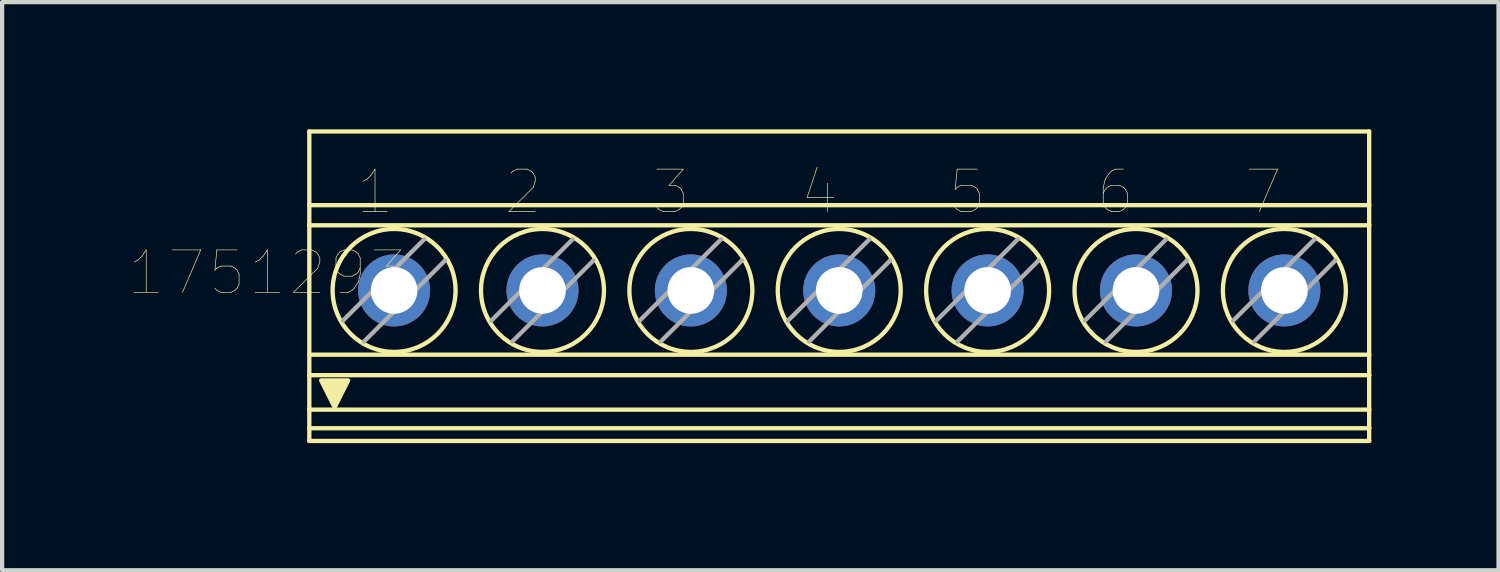
<source format=kicad_pcb>
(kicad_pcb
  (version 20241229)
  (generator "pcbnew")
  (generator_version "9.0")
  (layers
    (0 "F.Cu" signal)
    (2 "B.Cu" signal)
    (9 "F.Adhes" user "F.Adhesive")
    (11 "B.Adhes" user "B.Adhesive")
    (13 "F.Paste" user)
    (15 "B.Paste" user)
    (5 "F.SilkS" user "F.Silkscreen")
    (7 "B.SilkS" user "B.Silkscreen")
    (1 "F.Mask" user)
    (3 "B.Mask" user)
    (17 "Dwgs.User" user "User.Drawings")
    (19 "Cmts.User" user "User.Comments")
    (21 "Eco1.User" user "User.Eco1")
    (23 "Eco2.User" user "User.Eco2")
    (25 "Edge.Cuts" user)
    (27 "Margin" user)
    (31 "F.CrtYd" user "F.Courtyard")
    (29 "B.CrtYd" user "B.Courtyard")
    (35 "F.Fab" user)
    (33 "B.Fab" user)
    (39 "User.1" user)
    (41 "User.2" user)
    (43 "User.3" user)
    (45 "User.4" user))
  (footprint "1751293"
    (layer "F.Cu")
    (at 16.746 3.701)
    (property "Reference" "1751293" (at -13.49 -0.318 180) (layer "F.SilkS") (effects (font (size 1 1) (thickness 0.015))))
    (attr through_hole)
    (fp_line (start -12.5 -3.65) (end -12.5 -1.912) (stroke (width 0.102) (type solid)) (layer "F.SilkS"))
    (fp_line (start -12.5 -3.65) (end 12.5 -3.65) (stroke (width 0.102) (type solid)) (layer "F.SilkS"))
    (fp_line (start -12.5 -1.912) (end -12.5 -1.437) (stroke (width 0.102) (type solid)) (layer "F.SilkS"))
    (fp_line (start -12.5 -1.912) (end 12.5 -1.912) (stroke (width 0.102) (type solid)) (layer "F.SilkS"))
    (fp_line (start -12.5 1.616) (end -12.5 -1.437) (stroke (width 0.102) (type solid)) (layer "F.SilkS"))
    (fp_line (start -12.5 1.616) (end -12.5 2.099) (stroke (width 0.102) (type solid)) (layer "F.SilkS"))
    (fp_line (start -12.5 1.616) (end 12.5 1.616) (stroke (width 0.102) (type solid)) (layer "F.SilkS"))
    (fp_line (start -12.5 2.099) (end -12.5 2.911) (stroke (width 0.102) (type solid)) (layer "F.SilkS"))
    (fp_line (start -12.5 2.911) (end -12.5 3.35) (stroke (width 0.102) (type solid)) (layer "F.SilkS"))
    (fp_line (start -12.5 3.35) (end -12.5 3.65) (stroke (width 0.102) (type solid)) (layer "F.SilkS"))
    (fp_line (start -12.5 3.35) (end 12.5 3.35) (stroke (width 0.102) (type solid)) (layer "F.SilkS"))
    (fp_line (start -12.5 3.65) (end 12.5 3.65) (stroke (width 0.102) (type solid)) (layer "F.SilkS"))
    (fp_line (start -9.294 -0.611) (end -9.3 -0.605) (stroke (width 0.102) (type solid)) (layer "F.SilkS"))
    (fp_line (start -5.794 -0.611) (end -5.8 -0.605) (stroke (width 0.102) (type solid)) (layer "F.SilkS"))
    (fp_line (start -2.294 -0.611) (end -2.3 -0.605) (stroke (width 0.102) (type solid)) (layer "F.SilkS"))
    (fp_line (start 1.206 -0.611) (end 1.2 -0.605) (stroke (width 0.102) (type solid)) (layer "F.SilkS"))
    (fp_line (start 4.706 -0.611) (end 4.7 -0.605) (stroke (width 0.102) (type solid)) (layer "F.SilkS"))
    (fp_line (start 8.206 -0.611) (end 8.2 -0.605) (stroke (width 0.102) (type solid)) (layer "F.SilkS"))
    (fp_line (start 11.706 -0.611) (end 11.7 -0.605) (stroke (width 0.102) (type solid)) (layer "F.SilkS"))
    (fp_line (start 12.5 -3.65) (end 12.5 -1.912) (stroke (width 0.102) (type solid)) (layer "F.SilkS"))
    (fp_line (start 12.5 -1.437) (end -12.5 -1.437) (stroke (width 0.102) (type solid)) (layer "F.SilkS"))
    (fp_line (start 12.5 -1.437) (end 12.5 -1.912) (stroke (width 0.102) (type solid)) (layer "F.SilkS"))
    (fp_line (start 12.5 1.616) (end 12.5 -1.437) (stroke (width 0.102) (type solid)) (layer "F.SilkS"))
    (fp_line (start 12.5 1.616) (end 12.5 2.099) (stroke (width 0.102) (type solid)) (layer "F.SilkS"))
    (fp_line (start 12.5 2.099) (end -12.5 2.099) (stroke (width 0.102) (type solid)) (layer "F.SilkS"))
    (fp_line (start 12.5 2.099) (end 12.5 2.911) (stroke (width 0.102) (type solid)) (layer "F.SilkS"))
    (fp_line (start 12.5 2.911) (end -12.5 2.911) (stroke (width 0.102) (type solid)) (layer "F.SilkS"))
    (fp_line (start 12.5 2.911) (end 12.5 3.35) (stroke (width 0.102) (type solid)) (layer "F.SilkS"))
    (fp_line (start 12.5 3.35) (end 12.5 3.65) (stroke (width 0.102) (type solid)) (layer "F.SilkS"))
    (fp_circle (center -10.5 0.1) (end -9.05 0.1) (stroke (width 0.102) (type solid)) (fill no) (layer "F.SilkS"))
    (fp_circle (center -7 0.1) (end -5.55 0.1) (stroke (width 0.102) (type solid)) (fill no) (layer "F.SilkS"))
    (fp_circle (center -3.5 0.1) (end -2.05 0.1) (stroke (width 0.102) (type solid)) (fill no) (layer "F.SilkS"))
    (fp_circle (center 0 0.1) (end 1.45 0.1) (stroke (width 0.102) (type solid)) (fill no) (layer "F.SilkS"))
    (fp_circle (center 3.5 0.1) (end 4.95 0.1) (stroke (width 0.102) (type solid)) (fill no) (layer "F.SilkS"))
    (fp_circle (center 7 0.1) (end 8.45 0.1) (stroke (width 0.102) (type solid)) (fill no) (layer "F.SilkS"))
    (fp_circle (center 10.5 0.1) (end 11.95 0.1) (stroke (width 0.102) (type solid)) (fill no) (layer "F.SilkS"))
    (fp_poly (pts (xy -11.902 2.857) (xy -12.22 2.223) (xy -11.585 2.223)) (stroke (width 0.102) (type solid)) (fill yes) (layer "F.SilkS"))
    (fp_line (start -11.706 0.811) (end -9.789 -1.106) (stroke (width 0.102) (type solid)) (layer "F.Fab"))
    (fp_line (start -9.3 -0.605) (end -11.211 1.306) (stroke (width 0.102) (type solid)) (layer "F.Fab"))
    (fp_line (start -8.206 0.811) (end -6.289 -1.106) (stroke (width 0.102) (type solid)) (layer "F.Fab"))
    (fp_line (start -5.8 -0.605) (end -7.711 1.306) (stroke (width 0.102) (type solid)) (layer "F.Fab"))
    (fp_line (start -4.706 0.811) (end -2.789 -1.106) (stroke (width 0.102) (type solid)) (layer "F.Fab"))
    (fp_line (start -2.3 -0.605) (end -4.211 1.306) (stroke (width 0.102) (type solid)) (layer "F.Fab"))
    (fp_line (start -1.206 0.811) (end 0.711 -1.106) (stroke (width 0.102) (type solid)) (layer "F.Fab"))
    (fp_line (start 1.2 -0.605) (end -0.711 1.306) (stroke (width 0.102) (type solid)) (layer "F.Fab"))
    (fp_line (start 2.294 0.811) (end 4.211 -1.106) (stroke (width 0.102) (type solid)) (layer "F.Fab"))
    (fp_line (start 4.7 -0.605) (end 2.789 1.306) (stroke (width 0.102) (type solid)) (layer "F.Fab"))
    (fp_line (start 5.794 0.811) (end 7.711 -1.106) (stroke (width 0.102) (type solid)) (layer "F.Fab"))
    (fp_line (start 8.2 -0.605) (end 6.289 1.306) (stroke (width 0.102) (type solid)) (layer "F.Fab"))
    (fp_line (start 9.294 0.811) (end 11.211 -1.106) (stroke (width 0.102) (type solid)) (layer "F.Fab"))
    (fp_line (start 11.7 -0.605) (end 9.789 1.306) (stroke (width 0.102) (type solid)) (layer "F.Fab"))
    (fp_text user "6" (at 6.513 -2.223 0) (layer "F.SilkS") (effects (font (size 1 1) (thickness 0.015))))
    (fp_text user "3" (at -3.965 -2.223 0) (layer "F.SilkS") (effects (font (size 1 1) (thickness 0.015))))
    (fp_text user "1" (at -10.95 -2.223 0) (layer "F.SilkS") (effects (font (size 1 1) (thickness 0.015))))
    (fp_text user "4" (at -0.472 -2.223 0) (layer "F.SilkS") (effects (font (size 1 1) (thickness 0.015))))
    (fp_text user "7" (at 10.005 -2.223 0) (layer "F.SilkS") (effects (font (size 1 1) (thickness 0.015))))
    (fp_text user "5" (at 3.02 -2.223 0) (layer "F.SilkS") (effects (font (size 1 1) (thickness 0.015))))
    (fp_text user "2" (at -7.457 -2.223 0) (layer "F.SilkS") (effects (font (size 1 1) (thickness 0.015))))
    (pad "1" thru_hole circle (at -10.5 0.1) (size 1.7 1.7) (drill 1.1) (layers "*.Cu" "*.Mask"))
    (pad "2" thru_hole circle (at -7 0.1) (size 1.7 1.7) (drill 1.1) (layers "*.Cu" "*.Mask"))
    (pad "3" thru_hole circle (at -3.5 0.1) (size 1.7 1.7) (drill 1.1) (layers "*.Cu" "*.Mask"))
    (pad "4" thru_hole circle (at 0 0.1) (size 1.7 1.7) (drill 1.1) (layers "*.Cu" "*.Mask"))
    (pad "5" thru_hole circle (at 3.5 0.1) (size 1.7 1.7) (drill 1.1) (layers "*.Cu" "*.Mask"))
    (pad "6" thru_hole circle (at 7 0.1) (size 1.7 1.7) (drill 1.1) (layers "*.Cu" "*.Mask"))
    (pad "7" thru_hole circle (at 10.5 0.1) (size 1.7 1.7) (drill 1.1) (layers "*.Cu" "*.Mask")))
  (gr_rect
    (start -3 -3)
    (end 32.297 10.402)
    (stroke (width 0.1) (type default))
    (fill no)
    (layer "Edge.Cuts")))
</source>
